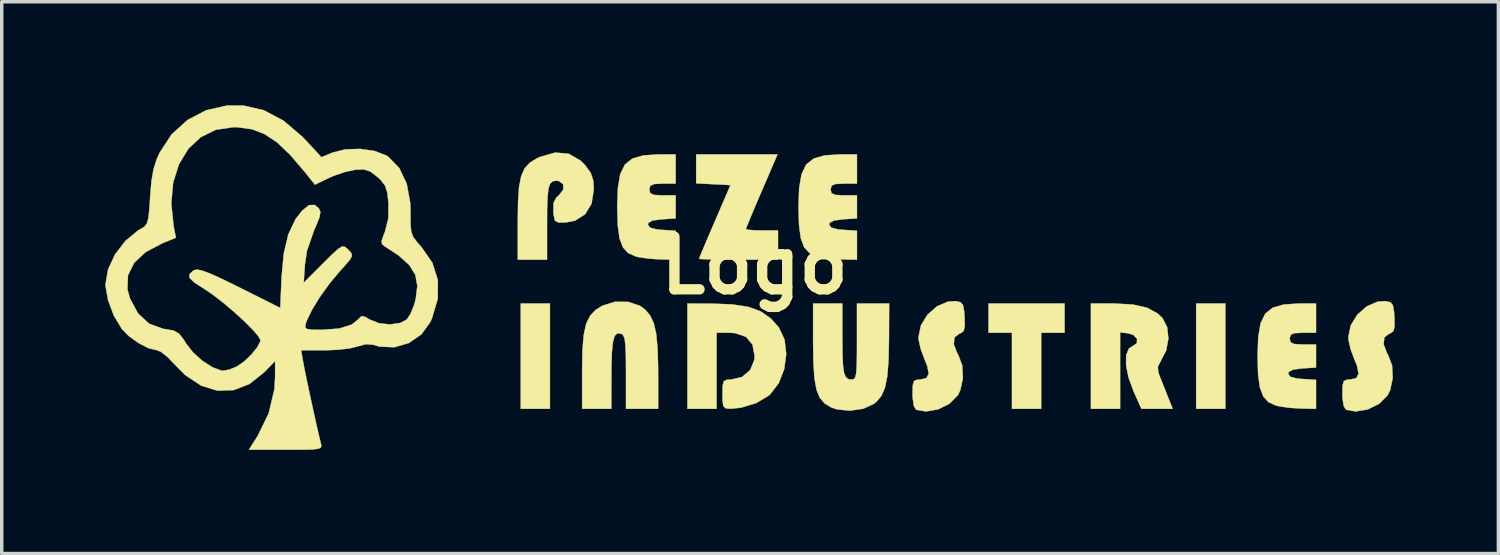
<source format=kicad_pcb>
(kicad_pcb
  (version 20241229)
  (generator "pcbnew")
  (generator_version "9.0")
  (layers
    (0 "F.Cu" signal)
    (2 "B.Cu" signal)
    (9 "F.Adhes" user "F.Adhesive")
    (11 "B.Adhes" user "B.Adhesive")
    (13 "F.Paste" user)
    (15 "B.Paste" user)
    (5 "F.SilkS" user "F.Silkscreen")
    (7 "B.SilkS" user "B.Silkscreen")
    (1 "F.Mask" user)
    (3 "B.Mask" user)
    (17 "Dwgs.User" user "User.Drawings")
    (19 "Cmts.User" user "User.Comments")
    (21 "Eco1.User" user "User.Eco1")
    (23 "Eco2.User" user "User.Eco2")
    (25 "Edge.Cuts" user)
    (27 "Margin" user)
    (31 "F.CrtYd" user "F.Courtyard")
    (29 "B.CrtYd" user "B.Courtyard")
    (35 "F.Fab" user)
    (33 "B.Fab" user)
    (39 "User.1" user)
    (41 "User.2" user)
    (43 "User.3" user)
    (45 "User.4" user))
  (footprint "Logo"
    (layer "F.Cu")
    (at 18.801 4.638)
    (property "Reference" "Logo" (at 0 0 0) (layer "F.SilkS") (effects (font (size 1.524 1.524) (thickness 0.3))))
    (attr through_hole)
    (fp_poly (pts (xy -5.927 4.149) (xy -6.773 4.149) (xy -6.773 1.101) (xy -5.927 1.101) (xy -5.927 4.149)) (stroke (width 0.01) (type solid)) (fill yes) (layer "F.SilkS"))
    (fp_poly (pts (xy 13.631 4.149) (xy 12.785 4.149) (xy 12.785 1.101) (xy 13.631 1.101) (xy 13.631 4.149)) (stroke (width 0.01) (type solid)) (fill yes) (layer "F.SilkS"))
    (fp_poly (pts (xy 8.975 1.947) (xy 8.297 1.947) (xy 8.297 4.149) (xy 7.451 4.149) (xy 7.451 1.947) (xy 6.773 1.947) (xy 6.773 1.101) (xy 8.975 1.101) (xy 8.975 1.947)) (stroke (width 0.01) (type solid)) (fill yes) (layer "F.SilkS"))
    (fp_poly (pts (xy 0.205 -2.154) (xy 0.037 -1.764) (xy -0.102 -1.432) (xy -0.203 -1.189) (xy -0.251 -1.063) (xy -0.254 -1.053) (xy -0.177 -1.033) (xy 0.02 -1.019) (xy 0.212 -1.016) (xy 0.677 -1.016) (xy 0.677 -0.169) (xy -0.466 -0.169) (xy -0.883 -0.171) (xy -1.233 -0.176) (xy -1.483 -0.183) (xy -1.603 -0.192) (xy -1.609 -0.195) (xy -1.577 -0.278) (xy -1.49 -0.487) (xy -1.361 -0.793) (xy -1.201 -1.166) (xy -1.154 -1.274) (xy -0.7 -2.328) (xy -1.196 -2.354) (xy -1.693 -2.379) (xy -1.693 -3.217) (xy 0.663 -3.217) (xy 0.205 -2.154)) (stroke (width 0.01) (type solid)) (fill yes) (layer "F.SilkS"))
    (fp_poly (pts (xy 10.955 1.13) (xy 11.362 1.222) (xy 11.667 1.387) (xy 11.811 1.521) (xy 11.946 1.787) (xy 11.981 2.122) (xy 11.916 2.463) (xy 11.802 2.683) (xy 11.677 2.928) (xy 11.687 3.092) (xy 11.754 3.264) (xy 11.856 3.523) (xy 11.928 3.704) (xy 12.105 4.149) (xy 11.199 4.149) (xy 10.976 3.651) (xy 10.828 3.249) (xy 10.755 2.886) (xy 10.759 2.593) (xy 10.839 2.401) (xy 10.929 2.344) (xy 11.066 2.254) (xy 11.074 2.126) (xy 10.968 2.011) (xy 10.815 1.963) (xy 10.583 1.936) (xy 10.583 4.149) (xy 9.737 4.149) (xy 9.737 1.101) (xy 10.417 1.101) (xy 10.955 1.13)) (stroke (width 0.01) (type solid)) (fill yes) (layer "F.SilkS"))
    (fp_poly (pts (xy -3.657 1.054) (xy -3.314 1.17) (xy -3.17 1.275) (xy -3.024 1.448) (xy -2.92 1.671) (xy -2.851 1.972) (xy -2.811 2.378) (xy -2.795 2.916) (xy -2.794 3.111) (xy -2.794 4.149) (xy -3.725 4.149) (xy -3.725 3.088) (xy -3.728 2.637) (xy -3.74 2.327) (xy -3.763 2.132) (xy -3.801 2.024) (xy -3.857 1.976) (xy -3.861 1.975) (xy -3.972 1.962) (xy -4.052 2.036) (xy -4.104 2.216) (xy -4.134 2.52) (xy -4.146 2.967) (xy -4.147 3.154) (xy -4.149 4.149) (xy -4.995 4.149) (xy -4.995 3.027) (xy -4.985 2.447) (xy -4.949 2.01) (xy -4.878 1.687) (xy -4.764 1.453) (xy -4.599 1.281) (xy -4.403 1.16) (xy -4.04 1.049) (xy -3.657 1.054)) (stroke (width 0.01) (type solid)) (fill yes) (layer "F.SilkS"))
    (fp_poly (pts (xy 2.54 2.067) (xy 2.544 2.552) (xy 2.559 2.893) (xy 2.59 3.113) (xy 2.644 3.238) (xy 2.724 3.293) (xy 2.803 3.302) (xy 2.869 3.291) (xy 2.913 3.239) (xy 2.941 3.119) (xy 2.956 2.905) (xy 2.962 2.57) (xy 2.963 2.201) (xy 2.963 1.101) (xy 3.895 1.101) (xy 3.89 2.18) (xy 3.877 2.765) (xy 3.841 3.208) (xy 3.775 3.535) (xy 3.673 3.772) (xy 3.528 3.946) (xy 3.46 4.002) (xy 3.146 4.147) (xy 2.761 4.203) (xy 2.38 4.165) (xy 2.219 4.11) (xy 2.03 3.997) (xy 1.89 3.836) (xy 1.793 3.603) (xy 1.733 3.274) (xy 1.702 2.825) (xy 1.693 2.246) (xy 1.693 1.101) (xy 2.54 1.101) (xy 2.54 2.067)) (stroke (width 0.01) (type solid)) (fill yes) (layer "F.SilkS"))
    (fp_poly (pts (xy -1.249 1.103) (xy -0.65 1.126) (xy -0.184 1.197) (xy 0.178 1.329) (xy 0.469 1.533) (xy 0.703 1.795) (xy 0.866 2.144) (xy 0.915 2.561) (xy 0.857 2.998) (xy 0.699 3.405) (xy 0.449 3.732) (xy 0.415 3.762) (xy 0.053 3.98) (xy -0.386 4.116) (xy -0.699 4.148) (xy -0.836 4.137) (xy -0.905 4.075) (xy -0.929 3.918) (xy -0.931 3.725) (xy -0.925 3.475) (xy -0.891 3.35) (xy -0.804 3.307) (xy -0.689 3.302) (xy -0.365 3.228) (xy -0.128 3.027) (xy -0.008 2.731) (xy 0 2.622) (xy -0.063 2.287) (xy -0.252 2.065) (xy -0.565 1.958) (xy -0.736 1.947) (xy -1.101 1.947) (xy -1.101 4.149) (xy -1.947 4.149) (xy -1.947 1.101) (xy -1.249 1.103)) (stroke (width 0.01) (type solid)) (fill yes) (layer "F.SilkS"))
    (fp_poly (pts (xy -5.387 -3.236) (xy -5.044 -3.041) (xy -4.913 -2.911) (xy -4.746 -2.684) (xy -4.671 -2.455) (xy -4.657 -2.2) (xy -4.722 -1.79) (xy -4.908 -1.484) (xy -5.201 -1.298) (xy -5.461 -1.247) (xy -5.678 -1.243) (xy -5.779 -1.295) (xy -5.817 -1.448) (xy -5.827 -1.561) (xy -5.823 -1.811) (xy -5.742 -1.97) (xy -5.666 -2.037) (xy -5.54 -2.198) (xy -5.544 -2.352) (xy -5.668 -2.446) (xy -5.746 -2.455) (xy -5.848 -2.438) (xy -5.921 -2.371) (xy -5.969 -2.229) (xy -5.996 -1.988) (xy -6.009 -1.623) (xy -6.011 -1.178) (xy -6.011 -0.169) (xy -6.858 -0.169) (xy -6.858 -1.273) (xy -6.85 -1.845) (xy -6.821 -2.275) (xy -6.76 -2.59) (xy -6.66 -2.815) (xy -6.51 -2.977) (xy -6.303 -3.104) (xy -6.22 -3.143) (xy -5.778 -3.27) (xy -5.387 -3.236)) (stroke (width 0.01) (type solid)) (fill yes) (layer "F.SilkS"))
    (fp_poly (pts (xy -2.286 -2.371) (xy -2.667 -2.371) (xy -2.905 -2.36) (xy -3.018 -2.314) (xy -3.048 -2.213) (xy -3.048 -2.201) (xy -3.023 -2.096) (xy -2.92 -2.045) (xy -2.694 -2.032) (xy -2.667 -2.032) (xy -2.286 -2.032) (xy -2.286 -1.364) (xy -2.688 -1.338) (xy -2.954 -1.303) (xy -3.076 -1.236) (xy -3.09 -1.185) (xy -3.033 -1.098) (xy -2.844 -1.047) (xy -2.688 -1.033) (xy -2.286 -1.007) (xy -2.286 -0.169) (xy -2.731 -0.177) (xy -3.049 -0.197) (xy -3.345 -0.239) (xy -3.449 -0.264) (xy -3.664 -0.362) (xy -3.815 -0.528) (xy -3.912 -0.787) (xy -3.964 -1.163) (xy -3.979 -1.682) (xy -3.979 -1.693) (xy -3.96 -2.242) (xy -3.892 -2.645) (xy -3.757 -2.924) (xy -3.538 -3.098) (xy -3.22 -3.189) (xy -2.785 -3.217) (xy -2.739 -3.217) (xy -2.286 -3.217) (xy -2.286 -2.371)) (stroke (width 0.01) (type solid)) (fill yes) (layer "F.SilkS"))
    (fp_poly (pts (xy 2.963 -2.371) (xy 2.582 -2.371) (xy 2.344 -2.36) (xy 2.232 -2.314) (xy 2.201 -2.213) (xy 2.201 -2.201) (xy 2.226 -2.096) (xy 2.33 -2.045) (xy 2.555 -2.032) (xy 2.582 -2.032) (xy 2.963 -2.032) (xy 2.963 -1.364) (xy 2.561 -1.338) (xy 2.296 -1.303) (xy 2.174 -1.236) (xy 2.159 -1.185) (xy 2.216 -1.098) (xy 2.405 -1.047) (xy 2.561 -1.033) (xy 2.963 -1.007) (xy 2.963 -0.169) (xy 2.519 -0.177) (xy 2.2 -0.197) (xy 1.904 -0.239) (xy 1.8 -0.264) (xy 1.585 -0.362) (xy 1.434 -0.528) (xy 1.337 -0.787) (xy 1.286 -1.163) (xy 1.27 -1.682) (xy 1.27 -1.693) (xy 1.289 -2.242) (xy 1.358 -2.645) (xy 1.493 -2.924) (xy 1.711 -3.098) (xy 2.029 -3.189) (xy 2.464 -3.217) (xy 2.51 -3.217) (xy 2.963 -3.217) (xy 2.963 -2.371)) (stroke (width 0.01) (type solid)) (fill yes) (layer "F.SilkS"))
    (fp_poly (pts (xy 5.961 1.063) (xy 6.033 1.144) (xy 6.067 1.322) (xy 6.079 1.492) (xy 6.085 1.753) (xy 6.055 1.893) (xy 5.974 1.957) (xy 5.931 1.971) (xy 5.79 2.079) (xy 5.767 2.278) (xy 5.863 2.533) (xy 5.898 2.592) (xy 6.012 2.894) (xy 6.031 3.259) (xy 5.957 3.609) (xy 5.881 3.761) (xy 5.637 4.005) (xy 5.308 4.167) (xy 4.956 4.226) (xy 4.678 4.177) (xy 4.609 4.066) (xy 4.575 3.825) (xy 4.572 3.718) (xy 4.579 3.47) (xy 4.615 3.347) (xy 4.703 3.306) (xy 4.786 3.302) (xy 4.972 3.263) (xy 5.041 3.136) (xy 4.997 2.904) (xy 4.915 2.704) (xy 4.811 2.422) (xy 4.75 2.155) (xy 4.744 2.074) (xy 4.815 1.733) (xy 5.006 1.423) (xy 5.28 1.182) (xy 5.598 1.045) (xy 5.826 1.032) (xy 5.961 1.063)) (stroke (width 0.01) (type solid)) (fill yes) (layer "F.SilkS"))
    (fp_poly (pts (xy 16.256 1.947) (xy 15.875 1.947) (xy 15.637 1.958) (xy 15.524 2.004) (xy 15.494 2.105) (xy 15.494 2.117) (xy 15.519 2.222) (xy 15.622 2.273) (xy 15.848 2.286) (xy 15.875 2.286) (xy 16.256 2.286) (xy 16.256 2.954) (xy 15.854 2.98) (xy 15.588 3.015) (xy 15.466 3.082) (xy 15.452 3.133) (xy 15.509 3.22) (xy 15.698 3.271) (xy 15.854 3.285) (xy 16.256 3.311) (xy 16.256 4.149) (xy 15.812 4.141) (xy 15.493 4.121) (xy 15.197 4.079) (xy 15.093 4.054) (xy 14.878 3.956) (xy 14.727 3.79) (xy 14.63 3.531) (xy 14.578 3.155) (xy 14.563 2.636) (xy 14.563 2.625) (xy 14.582 2.076) (xy 14.65 1.673) (xy 14.785 1.394) (xy 15.004 1.22) (xy 15.322 1.129) (xy 15.757 1.101) (xy 15.803 1.101) (xy 16.256 1.101) (xy 16.256 1.947)) (stroke (width 0.01) (type solid)) (fill yes) (layer "F.SilkS"))
    (fp_poly (pts (xy 18.407 1.063) (xy 18.479 1.144) (xy 18.513 1.322) (xy 18.525 1.492) (xy 18.531 1.753) (xy 18.501 1.893) (xy 18.42 1.957) (xy 18.377 1.971) (xy 18.236 2.079) (xy 18.213 2.278) (xy 18.309 2.533) (xy 18.344 2.592) (xy 18.458 2.894) (xy 18.477 3.259) (xy 18.403 3.609) (xy 18.327 3.761) (xy 18.083 4.005) (xy 17.754 4.167) (xy 17.402 4.226) (xy 17.124 4.177) (xy 17.055 4.066) (xy 17.021 3.825) (xy 17.018 3.718) (xy 17.025 3.47) (xy 17.061 3.347) (xy 17.149 3.306) (xy 17.232 3.302) (xy 17.418 3.263) (xy 17.487 3.136) (xy 17.443 2.904) (xy 17.361 2.704) (xy 17.257 2.422) (xy 17.196 2.155) (xy 17.19 2.074) (xy 17.261 1.733) (xy 17.452 1.423) (xy 17.726 1.182) (xy 18.044 1.045) (xy 18.272 1.032) (xy 18.407 1.063)) (stroke (width 0.01) (type solid)) (fill yes) (layer "F.SilkS"))
    (fp_poly (pts (xy -14.214 -4.497) (xy -13.644 -4.196) (xy -13.094 -3.728) (xy -12.996 -3.625) (xy -12.543 -3.136) (xy -12.222 -3.27) (xy -11.851 -3.363) (xy -11.424 -3.377) (xy -11.007 -3.317) (xy -10.666 -3.187) (xy -10.608 -3.15) (xy -10.287 -2.819) (xy -10.073 -2.366) (xy -9.971 -1.805) (xy -9.964 -1.524) (xy -9.964 -1.195) (xy -9.943 -0.98) (xy -9.882 -0.821) (xy -9.764 -0.664) (xy -9.654 -0.543) (xy -9.332 -0.081) (xy -9.172 0.424) (xy -9.175 0.964) (xy -9.343 1.531) (xy -9.393 1.641) (xy -9.653 1.998) (xy -10.014 2.245) (xy -10.432 2.367) (xy -10.87 2.347) (xy -11.048 2.293) (xy -11.26 2.279) (xy -11.49 2.341) (xy -11.712 2.398) (xy -12.041 2.438) (xy -12.412 2.455) (xy -12.447 2.455) (xy -13.131 2.455) (xy -13.077 2.773) (xy -13.035 2.991) (xy -12.967 3.325) (xy -12.881 3.728) (xy -12.788 4.156) (xy -12.699 4.562) (xy -12.621 4.9) (xy -12.567 5.125) (xy -12.562 5.144) (xy -12.546 5.222) (xy -12.564 5.276) (xy -12.643 5.308) (xy -12.809 5.326) (xy -13.089 5.333) (xy -13.508 5.334) (xy -13.577 5.334) (xy -14.644 5.334) (xy -14.389 4.932) (xy -14.072 4.283) (xy -13.907 3.59) (xy -13.885 3.231) (xy -13.885 2.768) (xy -14.196 3.087) (xy -14.625 3.429) (xy -15.082 3.607) (xy -15.554 3.624) (xy -16.025 3.48) (xy -16.484 3.176) (xy -16.788 2.87) (xy -16.996 2.654) (xy -17.183 2.504) (xy -17.297 2.455) (xy -17.544 2.397) (xy -17.84 2.246) (xy -18.126 2.04) (xy -18.324 1.836) (xy -18.555 1.45) (xy -18.721 1.008) (xy -18.778 0.687) (xy -18.161 0.687) (xy -18.087 0.956) (xy -17.85 1.394) (xy -17.528 1.687) (xy -17.127 1.833) (xy -17.068 1.841) (xy -16.824 1.884) (xy -16.665 1.973) (xy -16.526 2.154) (xy -16.468 2.25) (xy -16.265 2.513) (xy -15.993 2.757) (xy -15.702 2.945) (xy -15.443 3.042) (xy -15.384 3.047) (xy -15.201 3.01) (xy -14.992 2.924) (xy -14.781 2.778) (xy -14.569 2.575) (xy -14.398 2.363) (xy -14.312 2.191) (xy -14.309 2.163) (xy -14.371 2.044) (xy -14.54 1.85) (xy -14.785 1.606) (xy -15.077 1.34) (xy -15.388 1.077) (xy -15.688 0.845) (xy -15.948 0.669) (xy -15.951 0.668) (xy -16.227 0.49) (xy -16.362 0.359) (xy -16.368 0.254) (xy -16.257 0.151) (xy -16.233 0.136) (xy -16.144 0.117) (xy -15.993 0.148) (xy -15.758 0.236) (xy -15.418 0.39) (xy -14.953 0.618) (xy -14.914 0.638) (xy -13.735 1.228) (xy -13.698 0.339) (xy -13.634 -0.352) (xy -13.502 -0.905) (xy -13.295 -1.341) (xy -13.104 -1.586) (xy -12.904 -1.748) (xy -12.738 -1.754) (xy -12.618 -1.654) (xy -12.575 -1.553) (xy -12.598 -1.4) (xy -12.696 -1.156) (xy -12.75 -1.04) (xy -12.963 -0.425) (xy -13.022 -0.026) (xy -13.058 0.499) (xy -12.496 -0.063) (xy -12.233 -0.324) (xy -12.06 -0.48) (xy -11.949 -0.549) (xy -11.869 -0.545) (xy -11.792 -0.484) (xy -11.764 -0.456) (xy -11.681 -0.365) (xy -11.659 -0.283) (xy -11.714 -0.174) (xy -11.859 -0.002) (xy -12.009 0.162) (xy -12.306 0.518) (xy -12.587 0.908) (xy -12.818 1.285) (xy -12.97 1.602) (xy -12.994 1.672) (xy -13.015 1.778) (xy -12.974 1.835) (xy -12.837 1.858) (xy -12.568 1.863) (xy -12.542 1.863) (xy -12.03 1.825) (xy -11.666 1.711) (xy -11.472 1.552) (xy -11.388 1.467) (xy -11.286 1.482) (xy -11.155 1.56) (xy -10.88 1.671) (xy -10.559 1.706) (xy -10.26 1.663) (xy -10.076 1.567) (xy -9.965 1.402) (xy -9.86 1.141) (xy -9.814 0.973) (xy -9.767 0.592) (xy -9.824 0.271) (xy -10.002 -0.016) (xy -10.314 -0.295) (xy -10.705 -0.55) (xy -10.789 -0.617) (xy -10.801 -0.709) (xy -10.743 -0.883) (xy -10.707 -0.971) (xy -10.607 -1.36) (xy -10.602 -1.809) (xy -10.636 -2.112) (xy -10.701 -2.312) (xy -10.826 -2.474) (xy -10.919 -2.562) (xy -11.129 -2.723) (xy -11.32 -2.783) (xy -11.561 -2.773) (xy -11.861 -2.708) (xy -12.196 -2.594) (xy -12.327 -2.536) (xy -12.731 -2.341) (xy -13.031 -2.716) (xy -13.455 -3.21) (xy -13.834 -3.569) (xy -14.195 -3.809) (xy -14.565 -3.948) (xy -14.973 -4.003) (xy -15.089 -4.006) (xy -15.599 -3.931) (xy -16.039 -3.716) (xy -16.399 -3.377) (xy -16.669 -2.932) (xy -16.837 -2.4) (xy -16.892 -1.797) (xy -16.824 -1.143) (xy -16.758 -0.804) (xy -17.149 -0.645) (xy -17.636 -0.387) (xy -17.969 -0.075) (xy -18.145 0.285) (xy -18.161 0.687) (xy -18.778 0.687) (xy -18.795 0.589) (xy -18.796 0.537) (xy -18.721 0.11) (xy -18.519 -0.323) (xy -18.219 -0.714) (xy -17.855 -1.014) (xy -17.772 -1.061) (xy -17.669 -1.125) (xy -17.601 -1.212) (xy -17.558 -1.358) (xy -17.529 -1.599) (xy -17.504 -1.971) (xy -17.503 -1.993) (xy -17.465 -2.448) (xy -17.406 -2.791) (xy -17.313 -3.081) (xy -17.231 -3.264) (xy -16.881 -3.798) (xy -16.423 -4.213) (xy -15.88 -4.496) (xy -15.275 -4.633) (xy -14.808 -4.633) (xy -14.214 -4.497)) (stroke (width 0.01) (type solid)) (fill yes) (layer "F.SilkS")))
  (gr_rect
    (start -3 -3)
    (end 40.337 12.977)
    (stroke (width 0.1) (type default))
    (fill no)
    (layer "Edge.Cuts")))
</source>
